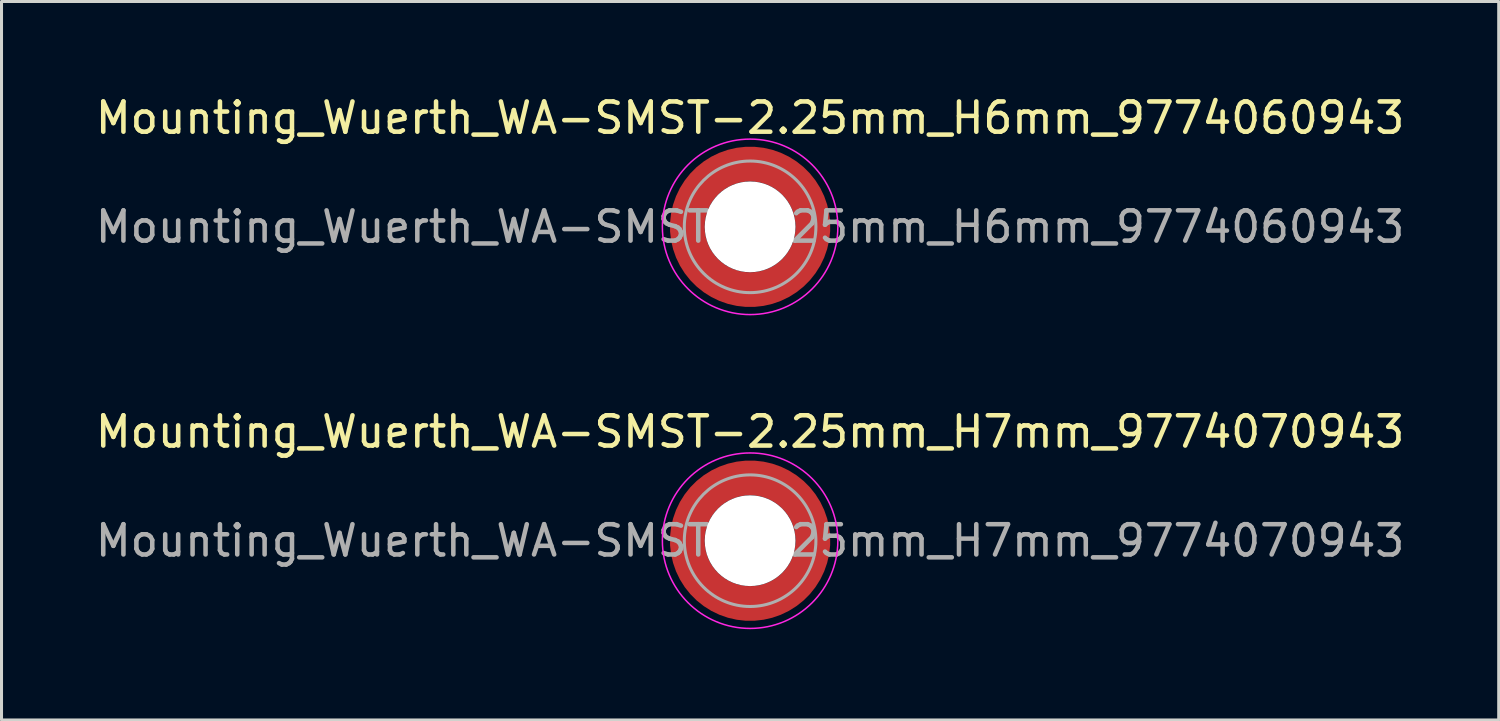
<source format=kicad_pcb>
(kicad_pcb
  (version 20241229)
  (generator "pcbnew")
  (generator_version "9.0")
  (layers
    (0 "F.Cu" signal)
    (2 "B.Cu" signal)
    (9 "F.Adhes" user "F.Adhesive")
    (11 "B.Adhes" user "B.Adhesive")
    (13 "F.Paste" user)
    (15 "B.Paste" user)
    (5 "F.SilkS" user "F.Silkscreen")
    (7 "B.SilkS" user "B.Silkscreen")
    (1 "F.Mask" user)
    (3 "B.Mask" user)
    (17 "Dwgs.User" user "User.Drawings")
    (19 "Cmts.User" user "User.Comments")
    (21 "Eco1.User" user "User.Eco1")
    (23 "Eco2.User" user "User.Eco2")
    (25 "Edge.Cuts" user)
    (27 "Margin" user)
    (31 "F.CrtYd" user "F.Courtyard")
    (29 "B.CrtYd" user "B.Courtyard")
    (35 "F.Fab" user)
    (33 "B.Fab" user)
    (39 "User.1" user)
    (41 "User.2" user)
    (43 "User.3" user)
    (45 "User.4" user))
  (footprint "Mounting_Wuerth_WA-SMST-2.25mm_H7mm_9774070943"
    (layer "F.Cu")
    (at 21.744 14.822)
    (property "Reference" "Mounting_Wuerth_WA-SMST-2.25mm_H7mm_9774070943" (at 0 -3.6 0) (layer "F.SilkS") (effects (font (size 1 1) (thickness 0.15))))
    (attr smd allow_soldermask_bridges)
    (fp_circle (center 0 0) (end 2.9 0) (stroke (width 0.05) (type solid)) (fill no) (layer "F.CrtYd"))
    (fp_circle (center 0 0) (end 2.175 0) (stroke (width 0.1) (type solid)) (fill no) (layer "F.Fab"))
    (fp_text user "${REFERENCE}" (at 0 0 0) (layer "F.Fab") (effects (font (size 1 1) (thickness 0.15))))
    (pad "" smd custom (at -1.453 -1.453) (size 0.505 0.505) (layers "F.Paste") (options (anchor circle)) (primitives (gr_arc (start -0.147677 1.053104) (mid 0.286378 0.286378) (end 1.053104 -0.147677) (width 0.2)) (gr_arc (start -0.240295 1.053104) (mid 0.222739 0.222739) (end 1.053104 -0.240295) (width 0.2)) (gr_arc (start -0.332645 1.053104) (mid 0.159099 0.159099) (end 1.053104 -0.332645) (width 0.2)) (gr_arc (start -0.424767 1.053104) (mid 0.095459 0.095459) (end 1.053104 -0.424767) (width 0.2)) (gr_arc (start -0.516693 1.053104) (mid 0.03182 0.03182) (end 1.053104 -0.516693) (width 0.2)) (gr_arc (start -0.608448 1.053104) (mid -0.03182 -0.03182) (end 1.053104 -0.608448) (width 0.2)) (gr_arc (start -0.700056 1.053104) (mid -0.095459 -0.095459) (end 1.053104 -0.700056) (width 0.2)) (gr_arc (start -0.791534 1.053104) (mid -0.159099 -0.159099) (end 1.053104 -0.791534) (width 0.2)) (gr_arc (start -0.882896 1.053104) (mid -0.222739 -0.222739) (end 1.053104 -0.882896) (width 0.2)) (gr_arc (start -0.974157 1.053104) (mid -0.286378 -0.286378) (end 1.053104 -0.974157) (width 0.2)) (gr_line (start 1.053 -0.148) (end 1.053 -0.974) (width 0.2)) (gr_line (start -0.148 1.053) (end -0.974 1.053) (width 0.2))))
    (pad "" smd custom (at -1.453 1.453) (size 0.505 0.505) (layers "F.Paste") (options (anchor circle)) (primitives (gr_arc (start 1.053104 0.147677) (mid 0.286378 -0.286378) (end -0.147677 -1.053104) (width 0.2)) (gr_arc (start 1.053104 0.240295) (mid 0.222739 -0.222739) (end -0.240295 -1.053104) (width 0.2)) (gr_arc (start 1.053104 0.332645) (mid 0.159099 -0.159099) (end -0.332645 -1.053104) (width 0.2)) (gr_arc (start 1.053104 0.424767) (mid 0.095459 -0.095459) (end -0.424767 -1.053104) (width 0.2)) (gr_arc (start 1.053104 0.516693) (mid 0.03182 -0.03182) (end -0.516693 -1.053104) (width 0.2)) (gr_arc (start 1.053104 0.608448) (mid -0.03182 0.03182) (end -0.608448 -1.053104) (width 0.2)) (gr_arc (start 1.053104 0.700056) (mid -0.095459 0.095459) (end -0.700056 -1.053104) (width 0.2)) (gr_arc (start 1.053104 0.791534) (mid -0.159099 0.159099) (end -0.791534 -1.053104) (width 0.2)) (gr_arc (start 1.053104 0.882896) (mid -0.222739 0.222739) (end -0.882896 -1.053104) (width 0.2)) (gr_arc (start 1.053104 0.974157) (mid -0.286378 0.286378) (end -0.974157 -1.053104) (width 0.2)) (gr_line (start -0.148 -1.053) (end -0.974 -1.053) (width 0.2)) (gr_line (start 1.053 0.148) (end 1.053 0.974) (width 0.2))))
    (pad "" np_thru_hole circle (at 0 0) (size 3 3) (drill 3) (layers "*.Cu" "*.Mask"))
    (pad "" smd custom (at 1.453 -1.453) (size 0.505 0.505) (layers "F.Paste") (options (anchor circle)) (primitives (gr_arc (start -1.053104 -0.147677) (mid -0.286378 0.286378) (end 0.147677 1.053104) (width 0.2)) (gr_arc (start -1.053104 -0.240295) (mid -0.222739 0.222739) (end 0.240295 1.053104) (width 0.2)) (gr_arc (start -1.053104 -0.332645) (mid -0.159099 0.159099) (end 0.332645 1.053104) (width 0.2)) (gr_arc (start -1.053104 -0.424767) (mid -0.095459 0.095459) (end 0.424767 1.053104) (width 0.2)) (gr_arc (start -1.053104 -0.516693) (mid -0.03182 0.03182) (end 0.516693 1.053104) (width 0.2)) (gr_arc (start -1.053104 -0.608448) (mid 0.03182 -0.03182) (end 0.608448 1.053104) (width 0.2)) (gr_arc (start -1.053104 -0.700056) (mid 0.095459 -0.095459) (end 0.700056 1.053104) (width 0.2)) (gr_arc (start -1.053104 -0.791534) (mid 0.159099 -0.159099) (end 0.791534 1.053104) (width 0.2)) (gr_arc (start -1.053104 -0.882896) (mid 0.222739 -0.222739) (end 0.882896 1.053104) (width 0.2)) (gr_arc (start -1.053104 -0.974157) (mid 0.286378 -0.286378) (end 0.974157 1.053104) (width 0.2)) (gr_line (start 0.148 1.053) (end 0.974 1.053) (width 0.2)) (gr_line (start -1.053 -0.148) (end -1.053 -0.974) (width 0.2))))
    (pad "" smd custom (at 1.453 1.453) (size 0.505 0.505) (layers "F.Paste") (options (anchor circle)) (primitives (gr_arc (start 0.147677 -1.053104) (mid -0.286378 -0.286378) (end -1.053104 0.147677) (width 0.2)) (gr_arc (start 0.240295 -1.053104) (mid -0.222739 -0.222739) (end -1.053104 0.240295) (width 0.2)) (gr_arc (start 0.332645 -1.053104) (mid -0.159099 -0.159099) (end -1.053104 0.332645) (width 0.2)) (gr_arc (start 0.424767 -1.053104) (mid -0.095459 -0.095459) (end -1.053104 0.424767) (width 0.2)) (gr_arc (start 0.516693 -1.053104) (mid -0.03182 -0.03182) (end -1.053104 0.516693) (width 0.2)) (gr_arc (start 0.608448 -1.053104) (mid 0.03182 0.03182) (end -1.053104 0.608448) (width 0.2)) (gr_arc (start 0.700056 -1.053104) (mid 0.095459 0.095459) (end -1.053104 0.700056) (width 0.2)) (gr_arc (start 0.791534 -1.053104) (mid 0.159099 0.159099) (end -1.053104 0.791534) (width 0.2)) (gr_arc (start 0.882896 -1.053104) (mid 0.222739 0.222739) (end -1.053104 0.882896) (width 0.2)) (gr_arc (start 0.974157 -1.053104) (mid 0.286378 0.286378) (end -1.053104 0.974157) (width 0.2)) (gr_line (start -1.053 0.148) (end -1.053 0.974) (width 0.2)) (gr_line (start 0.148 -1.053) (end 0.974 -1.053) (width 0.2))))
    (pad "1" smd circle (at -2.075 0) (size 0.642 0.642) (layers "F.Cu"))
    (pad "1" smd circle (at 0 -2.075) (size 0.642 0.642) (layers "F.Cu"))
    (pad "1" smd circle (at 0 2.075) (size 0.642 0.642) (layers "F.Cu"))
    (pad "1" smd custom (at 2.075 0) (size 1.15 1.15) (layers "F.Cu" "F.Mask") (options (anchor circle)) (primitives (gr_circle (center -2.075 0) (end 0 0) (width 1.15) (fill no)))))
  (footprint "Mounting_Wuerth_WA-SMST-2.25mm_H6mm_9774060943"
    (layer "F.Cu")
    (at 21.744 4.448)
    (property "Reference" "Mounting_Wuerth_WA-SMST-2.25mm_H6mm_9774060943" (at 0 -3.6 0) (layer "F.SilkS") (effects (font (size 1 1) (thickness 0.15))))
    (attr smd allow_soldermask_bridges)
    (fp_circle (center 0 0) (end 2.9 0) (stroke (width 0.05) (type solid)) (fill no) (layer "F.CrtYd"))
    (fp_circle (center 0 0) (end 2.175 0) (stroke (width 0.1) (type solid)) (fill no) (layer "F.Fab"))
    (fp_text user "${REFERENCE}" (at 0 0 0) (layer "F.Fab") (effects (font (size 1 1) (thickness 0.15))))
    (pad "" smd custom (at -1.453 -1.453) (size 0.505 0.505) (layers "F.Paste") (options (anchor circle)) (primitives (gr_arc (start -0.147677 1.053104) (mid 0.286378 0.286378) (end 1.053104 -0.147677) (width 0.2)) (gr_arc (start -0.240295 1.053104) (mid 0.222739 0.222739) (end 1.053104 -0.240295) (width 0.2)) (gr_arc (start -0.332645 1.053104) (mid 0.159099 0.159099) (end 1.053104 -0.332645) (width 0.2)) (gr_arc (start -0.424767 1.053104) (mid 0.095459 0.095459) (end 1.053104 -0.424767) (width 0.2)) (gr_arc (start -0.516693 1.053104) (mid 0.03182 0.03182) (end 1.053104 -0.516693) (width 0.2)) (gr_arc (start -0.608448 1.053104) (mid -0.03182 -0.03182) (end 1.053104 -0.608448) (width 0.2)) (gr_arc (start -0.700056 1.053104) (mid -0.095459 -0.095459) (end 1.053104 -0.700056) (width 0.2)) (gr_arc (start -0.791534 1.053104) (mid -0.159099 -0.159099) (end 1.053104 -0.791534) (width 0.2)) (gr_arc (start -0.882896 1.053104) (mid -0.222739 -0.222739) (end 1.053104 -0.882896) (width 0.2)) (gr_arc (start -0.974157 1.053104) (mid -0.286378 -0.286378) (end 1.053104 -0.974157) (width 0.2)) (gr_line (start 1.053 -0.148) (end 1.053 -0.974) (width 0.2)) (gr_line (start -0.148 1.053) (end -0.974 1.053) (width 0.2))))
    (pad "" smd custom (at -1.453 1.453) (size 0.505 0.505) (layers "F.Paste") (options (anchor circle)) (primitives (gr_arc (start 1.053104 0.147677) (mid 0.286378 -0.286378) (end -0.147677 -1.053104) (width 0.2)) (gr_arc (start 1.053104 0.240295) (mid 0.222739 -0.222739) (end -0.240295 -1.053104) (width 0.2)) (gr_arc (start 1.053104 0.332645) (mid 0.159099 -0.159099) (end -0.332645 -1.053104) (width 0.2)) (gr_arc (start 1.053104 0.424767) (mid 0.095459 -0.095459) (end -0.424767 -1.053104) (width 0.2)) (gr_arc (start 1.053104 0.516693) (mid 0.03182 -0.03182) (end -0.516693 -1.053104) (width 0.2)) (gr_arc (start 1.053104 0.608448) (mid -0.03182 0.03182) (end -0.608448 -1.053104) (width 0.2)) (gr_arc (start 1.053104 0.700056) (mid -0.095459 0.095459) (end -0.700056 -1.053104) (width 0.2)) (gr_arc (start 1.053104 0.791534) (mid -0.159099 0.159099) (end -0.791534 -1.053104) (width 0.2)) (gr_arc (start 1.053104 0.882896) (mid -0.222739 0.222739) (end -0.882896 -1.053104) (width 0.2)) (gr_arc (start 1.053104 0.974157) (mid -0.286378 0.286378) (end -0.974157 -1.053104) (width 0.2)) (gr_line (start -0.148 -1.053) (end -0.974 -1.053) (width 0.2)) (gr_line (start 1.053 0.148) (end 1.053 0.974) (width 0.2))))
    (pad "" np_thru_hole circle (at 0 0) (size 3 3) (drill 3) (layers "*.Cu" "*.Mask"))
    (pad "" smd custom (at 1.453 -1.453) (size 0.505 0.505) (layers "F.Paste") (options (anchor circle)) (primitives (gr_arc (start -1.053104 -0.147677) (mid -0.286378 0.286378) (end 0.147677 1.053104) (width 0.2)) (gr_arc (start -1.053104 -0.240295) (mid -0.222739 0.222739) (end 0.240295 1.053104) (width 0.2)) (gr_arc (start -1.053104 -0.332645) (mid -0.159099 0.159099) (end 0.332645 1.053104) (width 0.2)) (gr_arc (start -1.053104 -0.424767) (mid -0.095459 0.095459) (end 0.424767 1.053104) (width 0.2)) (gr_arc (start -1.053104 -0.516693) (mid -0.03182 0.03182) (end 0.516693 1.053104) (width 0.2)) (gr_arc (start -1.053104 -0.608448) (mid 0.03182 -0.03182) (end 0.608448 1.053104) (width 0.2)) (gr_arc (start -1.053104 -0.700056) (mid 0.095459 -0.095459) (end 0.700056 1.053104) (width 0.2)) (gr_arc (start -1.053104 -0.791534) (mid 0.159099 -0.159099) (end 0.791534 1.053104) (width 0.2)) (gr_arc (start -1.053104 -0.882896) (mid 0.222739 -0.222739) (end 0.882896 1.053104) (width 0.2)) (gr_arc (start -1.053104 -0.974157) (mid 0.286378 -0.286378) (end 0.974157 1.053104) (width 0.2)) (gr_line (start 0.148 1.053) (end 0.974 1.053) (width 0.2)) (gr_line (start -1.053 -0.148) (end -1.053 -0.974) (width 0.2))))
    (pad "" smd custom (at 1.453 1.453) (size 0.505 0.505) (layers "F.Paste") (options (anchor circle)) (primitives (gr_arc (start 0.147677 -1.053104) (mid -0.286378 -0.286378) (end -1.053104 0.147677) (width 0.2)) (gr_arc (start 0.240295 -1.053104) (mid -0.222739 -0.222739) (end -1.053104 0.240295) (width 0.2)) (gr_arc (start 0.332645 -1.053104) (mid -0.159099 -0.159099) (end -1.053104 0.332645) (width 0.2)) (gr_arc (start 0.424767 -1.053104) (mid -0.095459 -0.095459) (end -1.053104 0.424767) (width 0.2)) (gr_arc (start 0.516693 -1.053104) (mid -0.03182 -0.03182) (end -1.053104 0.516693) (width 0.2)) (gr_arc (start 0.608448 -1.053104) (mid 0.03182 0.03182) (end -1.053104 0.608448) (width 0.2)) (gr_arc (start 0.700056 -1.053104) (mid 0.095459 0.095459) (end -1.053104 0.700056) (width 0.2)) (gr_arc (start 0.791534 -1.053104) (mid 0.159099 0.159099) (end -1.053104 0.791534) (width 0.2)) (gr_arc (start 0.882896 -1.053104) (mid 0.222739 0.222739) (end -1.053104 0.882896) (width 0.2)) (gr_arc (start 0.974157 -1.053104) (mid 0.286378 0.286378) (end -1.053104 0.974157) (width 0.2)) (gr_line (start -1.053 0.148) (end -1.053 0.974) (width 0.2)) (gr_line (start 0.148 -1.053) (end 0.974 -1.053) (width 0.2))))
    (pad "1" smd circle (at -2.075 0) (size 0.642 0.642) (layers "F.Cu"))
    (pad "1" smd circle (at 0 -2.075) (size 0.642 0.642) (layers "F.Cu"))
    (pad "1" smd circle (at 0 2.075) (size 0.642 0.642) (layers "F.Cu"))
    (pad "1" smd custom (at 2.075 0) (size 1.15 1.15) (layers "F.Cu" "F.Mask") (options (anchor circle)) (primitives (gr_circle (center -2.075 0) (end 0 0) (width 1.15) (fill no)))))
  (gr_rect
    (start -3 -3)
    (end 46.488 20.747)
    (stroke (width 0.1) (type default))
    (fill no)
    (layer "Edge.Cuts")))
</source>
